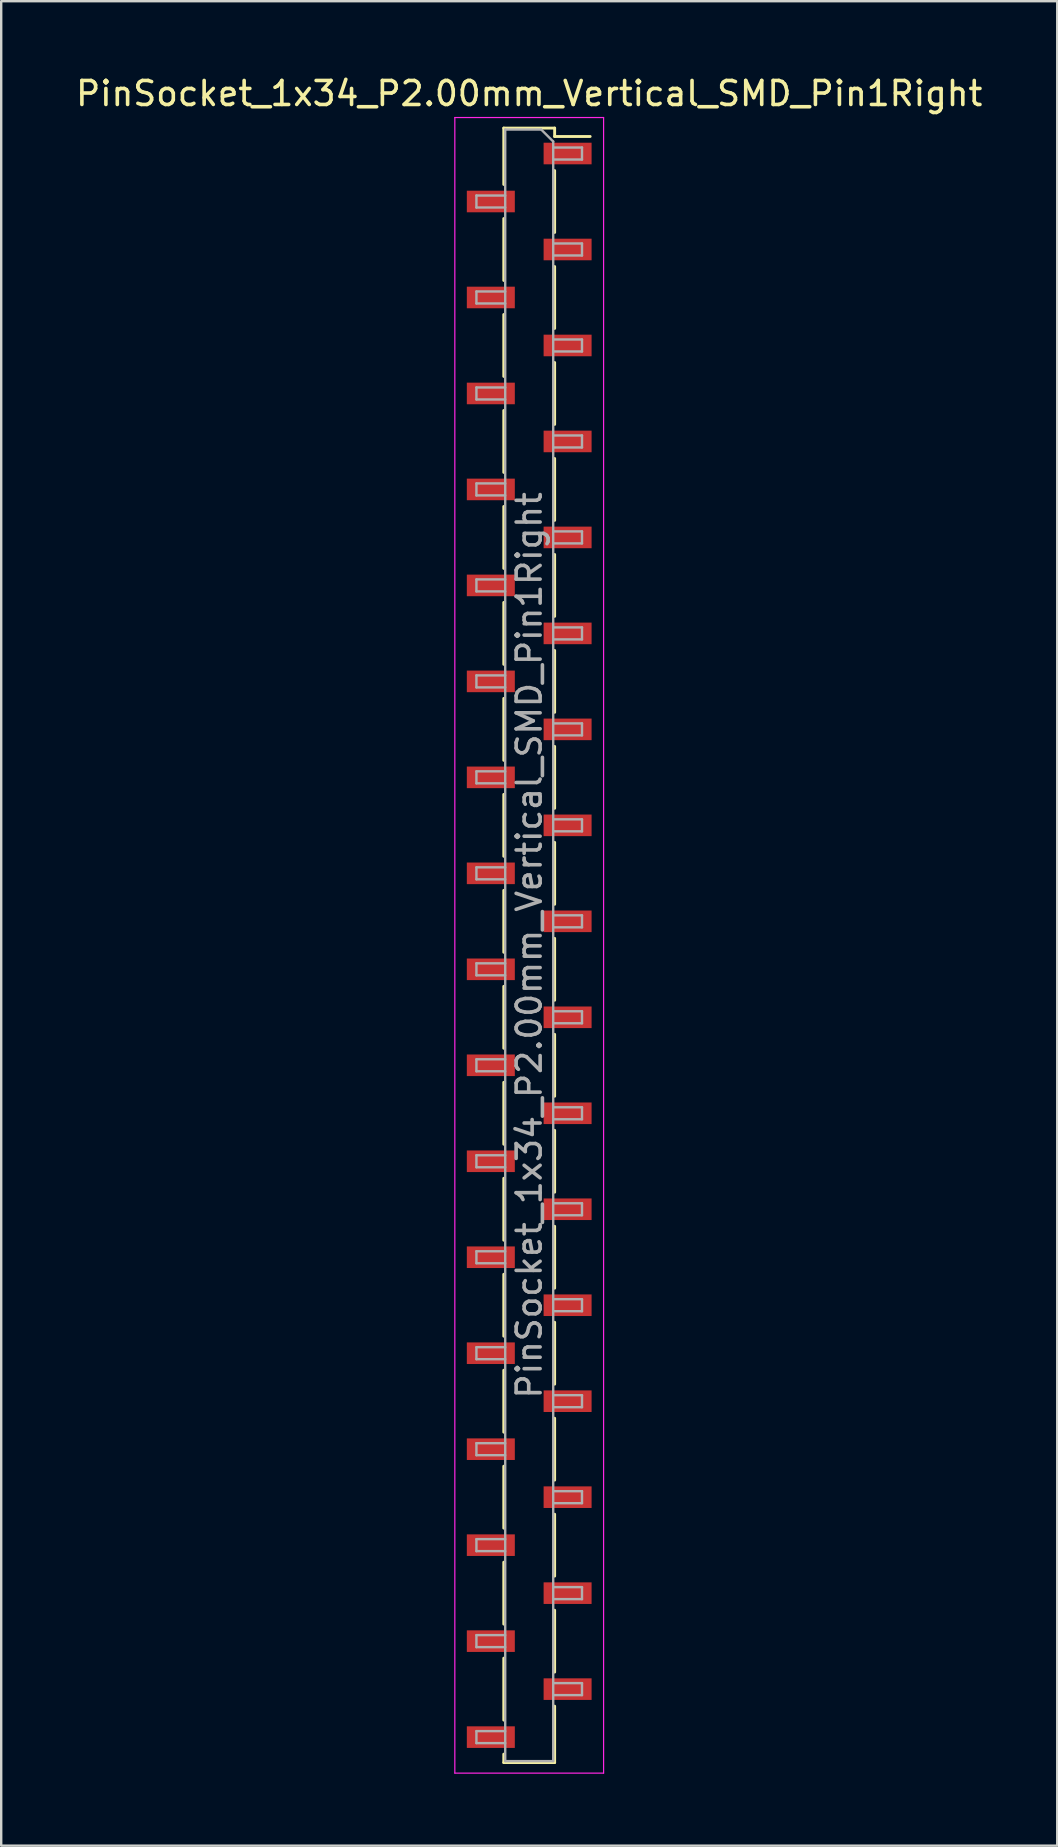
<source format=kicad_pcb>
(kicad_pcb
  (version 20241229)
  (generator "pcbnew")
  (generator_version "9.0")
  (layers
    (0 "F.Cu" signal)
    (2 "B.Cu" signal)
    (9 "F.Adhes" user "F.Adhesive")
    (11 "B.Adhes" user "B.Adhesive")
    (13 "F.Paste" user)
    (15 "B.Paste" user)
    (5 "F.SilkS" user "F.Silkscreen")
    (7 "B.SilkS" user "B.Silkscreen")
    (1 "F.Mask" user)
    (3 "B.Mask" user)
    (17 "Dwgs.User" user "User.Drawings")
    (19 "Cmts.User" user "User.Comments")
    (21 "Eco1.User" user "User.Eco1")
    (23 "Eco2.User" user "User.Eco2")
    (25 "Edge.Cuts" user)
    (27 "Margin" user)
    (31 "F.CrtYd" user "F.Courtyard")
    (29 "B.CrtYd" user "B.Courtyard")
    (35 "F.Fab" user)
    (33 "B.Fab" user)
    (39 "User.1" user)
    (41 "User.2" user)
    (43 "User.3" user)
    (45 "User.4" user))
  (footprint "PinSocket_1x34_P2.00mm_Vertical_SMD_Pin1Right"
    (layer "F.Cu")
    (at 19.006 36.348)
    (property "Reference" "PinSocket_1x34_P2.00mm_Vertical_SMD_Pin1Right" (at 0 -35.5 0) (layer "F.SilkS") (effects (font (size 1 1) (thickness 0.15))))
    (attr smd)
    (fp_line (start -1.06 -34.06) (end -1.06 -31.71) (stroke (width 0.12) (type solid)) (layer "F.SilkS"))
    (fp_line (start -1.06 -34.06) (end 1.06 -34.06) (stroke (width 0.12) (type solid)) (layer "F.SilkS"))
    (fp_line (start -1.06 -30.29) (end -1.06 -27.71) (stroke (width 0.12) (type solid)) (layer "F.SilkS"))
    (fp_line (start -1.06 -26.29) (end -1.06 -23.71) (stroke (width 0.12) (type solid)) (layer "F.SilkS"))
    (fp_line (start -1.06 -22.29) (end -1.06 -19.71) (stroke (width 0.12) (type solid)) (layer "F.SilkS"))
    (fp_line (start -1.06 -18.29) (end -1.06 -15.71) (stroke (width 0.12) (type solid)) (layer "F.SilkS"))
    (fp_line (start -1.06 -14.29) (end -1.06 -11.71) (stroke (width 0.12) (type solid)) (layer "F.SilkS"))
    (fp_line (start -1.06 -10.29) (end -1.06 -7.71) (stroke (width 0.12) (type solid)) (layer "F.SilkS"))
    (fp_line (start -1.06 -6.29) (end -1.06 -3.71) (stroke (width 0.12) (type solid)) (layer "F.SilkS"))
    (fp_line (start -1.06 -2.29) (end -1.06 0.29) (stroke (width 0.12) (type solid)) (layer "F.SilkS"))
    (fp_line (start -1.06 1.71) (end -1.06 4.29) (stroke (width 0.12) (type solid)) (layer "F.SilkS"))
    (fp_line (start -1.06 5.71) (end -1.06 8.29) (stroke (width 0.12) (type solid)) (layer "F.SilkS"))
    (fp_line (start -1.06 9.71) (end -1.06 12.29) (stroke (width 0.12) (type solid)) (layer "F.SilkS"))
    (fp_line (start -1.06 13.71) (end -1.06 16.29) (stroke (width 0.12) (type solid)) (layer "F.SilkS"))
    (fp_line (start -1.06 17.71) (end -1.06 20.29) (stroke (width 0.12) (type solid)) (layer "F.SilkS"))
    (fp_line (start -1.06 21.71) (end -1.06 24.29) (stroke (width 0.12) (type solid)) (layer "F.SilkS"))
    (fp_line (start -1.06 25.71) (end -1.06 28.29) (stroke (width 0.12) (type solid)) (layer "F.SilkS"))
    (fp_line (start -1.06 29.71) (end -1.06 32.29) (stroke (width 0.12) (type solid)) (layer "F.SilkS"))
    (fp_line (start -1.06 33.71) (end -1.06 34.06) (stroke (width 0.12) (type solid)) (layer "F.SilkS"))
    (fp_line (start -1.06 34.06) (end 1.06 34.06) (stroke (width 0.12) (type solid)) (layer "F.SilkS"))
    (fp_line (start 1.06 -34.06) (end 1.06 -33.71) (stroke (width 0.12) (type solid)) (layer "F.SilkS"))
    (fp_line (start 1.06 -33.71) (end 2.54 -33.71) (stroke (width 0.12) (type solid)) (layer "F.SilkS"))
    (fp_line (start 1.06 -32.29) (end 1.06 -29.71) (stroke (width 0.12) (type solid)) (layer "F.SilkS"))
    (fp_line (start 1.06 -28.29) (end 1.06 -25.71) (stroke (width 0.12) (type solid)) (layer "F.SilkS"))
    (fp_line (start 1.06 -24.29) (end 1.06 -21.71) (stroke (width 0.12) (type solid)) (layer "F.SilkS"))
    (fp_line (start 1.06 -20.29) (end 1.06 -17.71) (stroke (width 0.12) (type solid)) (layer "F.SilkS"))
    (fp_line (start 1.06 -16.29) (end 1.06 -13.71) (stroke (width 0.12) (type solid)) (layer "F.SilkS"))
    (fp_line (start 1.06 -12.29) (end 1.06 -9.71) (stroke (width 0.12) (type solid)) (layer "F.SilkS"))
    (fp_line (start 1.06 -8.29) (end 1.06 -5.71) (stroke (width 0.12) (type solid)) (layer "F.SilkS"))
    (fp_line (start 1.06 -4.29) (end 1.06 -1.71) (stroke (width 0.12) (type solid)) (layer "F.SilkS"))
    (fp_line (start 1.06 -0.29) (end 1.06 2.29) (stroke (width 0.12) (type solid)) (layer "F.SilkS"))
    (fp_line (start 1.06 3.71) (end 1.06 6.29) (stroke (width 0.12) (type solid)) (layer "F.SilkS"))
    (fp_line (start 1.06 7.71) (end 1.06 10.29) (stroke (width 0.12) (type solid)) (layer "F.SilkS"))
    (fp_line (start 1.06 11.71) (end 1.06 14.29) (stroke (width 0.12) (type solid)) (layer "F.SilkS"))
    (fp_line (start 1.06 15.71) (end 1.06 18.29) (stroke (width 0.12) (type solid)) (layer "F.SilkS"))
    (fp_line (start 1.06 19.71) (end 1.06 22.29) (stroke (width 0.12) (type solid)) (layer "F.SilkS"))
    (fp_line (start 1.06 23.71) (end 1.06 26.29) (stroke (width 0.12) (type solid)) (layer "F.SilkS"))
    (fp_line (start 1.06 27.71) (end 1.06 30.29) (stroke (width 0.12) (type solid)) (layer "F.SilkS"))
    (fp_line (start 1.06 31.71) (end 1.06 34.06) (stroke (width 0.12) (type solid)) (layer "F.SilkS"))
    (fp_line (start -3.1 -34.5) (end 3.1 -34.5) (stroke (width 0.05) (type solid)) (layer "F.CrtYd"))
    (fp_line (start -3.1 34.5) (end -3.1 -34.5) (stroke (width 0.05) (type solid)) (layer "F.CrtYd"))
    (fp_line (start 3.1 -34.5) (end 3.1 34.5) (stroke (width 0.05) (type solid)) (layer "F.CrtYd"))
    (fp_line (start 3.1 34.5) (end -3.1 34.5) (stroke (width 0.05) (type solid)) (layer "F.CrtYd"))
    (fp_line (start -2.2 -31.25) (end -1 -31.25) (stroke (width 0.1) (type solid)) (layer "F.Fab"))
    (fp_line (start -2.2 -30.75) (end -2.2 -31.25) (stroke (width 0.1) (type solid)) (layer "F.Fab"))
    (fp_line (start -2.2 -27.25) (end -1 -27.25) (stroke (width 0.1) (type solid)) (layer "F.Fab"))
    (fp_line (start -2.2 -26.75) (end -2.2 -27.25) (stroke (width 0.1) (type solid)) (layer "F.Fab"))
    (fp_line (start -2.2 -23.25) (end -1 -23.25) (stroke (width 0.1) (type solid)) (layer "F.Fab"))
    (fp_line (start -2.2 -22.75) (end -2.2 -23.25) (stroke (width 0.1) (type solid)) (layer "F.Fab"))
    (fp_line (start -2.2 -19.25) (end -1 -19.25) (stroke (width 0.1) (type solid)) (layer "F.Fab"))
    (fp_line (start -2.2 -18.75) (end -2.2 -19.25) (stroke (width 0.1) (type solid)) (layer "F.Fab"))
    (fp_line (start -2.2 -15.25) (end -1 -15.25) (stroke (width 0.1) (type solid)) (layer "F.Fab"))
    (fp_line (start -2.2 -14.75) (end -2.2 -15.25) (stroke (width 0.1) (type solid)) (layer "F.Fab"))
    (fp_line (start -2.2 -11.25) (end -1 -11.25) (stroke (width 0.1) (type solid)) (layer "F.Fab"))
    (fp_line (start -2.2 -10.75) (end -2.2 -11.25) (stroke (width 0.1) (type solid)) (layer "F.Fab"))
    (fp_line (start -2.2 -7.25) (end -1 -7.25) (stroke (width 0.1) (type solid)) (layer "F.Fab"))
    (fp_line (start -2.2 -6.75) (end -2.2 -7.25) (stroke (width 0.1) (type solid)) (layer "F.Fab"))
    (fp_line (start -2.2 -3.25) (end -1 -3.25) (stroke (width 0.1) (type solid)) (layer "F.Fab"))
    (fp_line (start -2.2 -2.75) (end -2.2 -3.25) (stroke (width 0.1) (type solid)) (layer "F.Fab"))
    (fp_line (start -2.2 0.75) (end -1 0.75) (stroke (width 0.1) (type solid)) (layer "F.Fab"))
    (fp_line (start -2.2 1.25) (end -2.2 0.75) (stroke (width 0.1) (type solid)) (layer "F.Fab"))
    (fp_line (start -2.2 4.75) (end -1 4.75) (stroke (width 0.1) (type solid)) (layer "F.Fab"))
    (fp_line (start -2.2 5.25) (end -2.2 4.75) (stroke (width 0.1) (type solid)) (layer "F.Fab"))
    (fp_line (start -2.2 8.75) (end -1 8.75) (stroke (width 0.1) (type solid)) (layer "F.Fab"))
    (fp_line (start -2.2 9.25) (end -2.2 8.75) (stroke (width 0.1) (type solid)) (layer "F.Fab"))
    (fp_line (start -2.2 12.75) (end -1 12.75) (stroke (width 0.1) (type solid)) (layer "F.Fab"))
    (fp_line (start -2.2 13.25) (end -2.2 12.75) (stroke (width 0.1) (type solid)) (layer "F.Fab"))
    (fp_line (start -2.2 16.75) (end -1 16.75) (stroke (width 0.1) (type solid)) (layer "F.Fab"))
    (fp_line (start -2.2 17.25) (end -2.2 16.75) (stroke (width 0.1) (type solid)) (layer "F.Fab"))
    (fp_line (start -2.2 20.75) (end -1 20.75) (stroke (width 0.1) (type solid)) (layer "F.Fab"))
    (fp_line (start -2.2 21.25) (end -2.2 20.75) (stroke (width 0.1) (type solid)) (layer "F.Fab"))
    (fp_line (start -2.2 24.75) (end -1 24.75) (stroke (width 0.1) (type solid)) (layer "F.Fab"))
    (fp_line (start -2.2 25.25) (end -2.2 24.75) (stroke (width 0.1) (type solid)) (layer "F.Fab"))
    (fp_line (start -2.2 28.75) (end -1 28.75) (stroke (width 0.1) (type solid)) (layer "F.Fab"))
    (fp_line (start -2.2 29.25) (end -2.2 28.75) (stroke (width 0.1) (type solid)) (layer "F.Fab"))
    (fp_line (start -2.2 32.75) (end -1 32.75) (stroke (width 0.1) (type solid)) (layer "F.Fab"))
    (fp_line (start -2.2 33.25) (end -2.2 32.75) (stroke (width 0.1) (type solid)) (layer "F.Fab"))
    (fp_line (start -1 -34) (end 0.5 -34) (stroke (width 0.1) (type solid)) (layer "F.Fab"))
    (fp_line (start -1 -30.75) (end -2.2 -30.75) (stroke (width 0.1) (type solid)) (layer "F.Fab"))
    (fp_line (start -1 -26.75) (end -2.2 -26.75) (stroke (width 0.1) (type solid)) (layer "F.Fab"))
    (fp_line (start -1 -22.75) (end -2.2 -22.75) (stroke (width 0.1) (type solid)) (layer "F.Fab"))
    (fp_line (start -1 -18.75) (end -2.2 -18.75) (stroke (width 0.1) (type solid)) (layer "F.Fab"))
    (fp_line (start -1 -14.75) (end -2.2 -14.75) (stroke (width 0.1) (type solid)) (layer "F.Fab"))
    (fp_line (start -1 -10.75) (end -2.2 -10.75) (stroke (width 0.1) (type solid)) (layer "F.Fab"))
    (fp_line (start -1 -6.75) (end -2.2 -6.75) (stroke (width 0.1) (type solid)) (layer "F.Fab"))
    (fp_line (start -1 -2.75) (end -2.2 -2.75) (stroke (width 0.1) (type solid)) (layer "F.Fab"))
    (fp_line (start -1 1.25) (end -2.2 1.25) (stroke (width 0.1) (type solid)) (layer "F.Fab"))
    (fp_line (start -1 5.25) (end -2.2 5.25) (stroke (width 0.1) (type solid)) (layer "F.Fab"))
    (fp_line (start -1 9.25) (end -2.2 9.25) (stroke (width 0.1) (type solid)) (layer "F.Fab"))
    (fp_line (start -1 13.25) (end -2.2 13.25) (stroke (width 0.1) (type solid)) (layer "F.Fab"))
    (fp_line (start -1 17.25) (end -2.2 17.25) (stroke (width 0.1) (type solid)) (layer "F.Fab"))
    (fp_line (start -1 21.25) (end -2.2 21.25) (stroke (width 0.1) (type solid)) (layer "F.Fab"))
    (fp_line (start -1 25.25) (end -2.2 25.25) (stroke (width 0.1) (type solid)) (layer "F.Fab"))
    (fp_line (start -1 29.25) (end -2.2 29.25) (stroke (width 0.1) (type solid)) (layer "F.Fab"))
    (fp_line (start -1 33.25) (end -2.2 33.25) (stroke (width 0.1) (type solid)) (layer "F.Fab"))
    (fp_line (start -1 34) (end -1 -34) (stroke (width 0.1) (type solid)) (layer "F.Fab"))
    (fp_line (start 0.5 -34) (end 1 -33.5) (stroke (width 0.1) (type solid)) (layer "F.Fab"))
    (fp_line (start 1 -33.5) (end 1 34) (stroke (width 0.1) (type solid)) (layer "F.Fab"))
    (fp_line (start 1 -33.25) (end 2.2 -33.25) (stroke (width 0.1) (type solid)) (layer "F.Fab"))
    (fp_line (start 1 -29.25) (end 2.2 -29.25) (stroke (width 0.1) (type solid)) (layer "F.Fab"))
    (fp_line (start 1 -25.25) (end 2.2 -25.25) (stroke (width 0.1) (type solid)) (layer "F.Fab"))
    (fp_line (start 1 -21.25) (end 2.2 -21.25) (stroke (width 0.1) (type solid)) (layer "F.Fab"))
    (fp_line (start 1 -17.25) (end 2.2 -17.25) (stroke (width 0.1) (type solid)) (layer "F.Fab"))
    (fp_line (start 1 -13.25) (end 2.2 -13.25) (stroke (width 0.1) (type solid)) (layer "F.Fab"))
    (fp_line (start 1 -9.25) (end 2.2 -9.25) (stroke (width 0.1) (type solid)) (layer "F.Fab"))
    (fp_line (start 1 -5.25) (end 2.2 -5.25) (stroke (width 0.1) (type solid)) (layer "F.Fab"))
    (fp_line (start 1 -1.25) (end 2.2 -1.25) (stroke (width 0.1) (type solid)) (layer "F.Fab"))
    (fp_line (start 1 2.75) (end 2.2 2.75) (stroke (width 0.1) (type solid)) (layer "F.Fab"))
    (fp_line (start 1 6.75) (end 2.2 6.75) (stroke (width 0.1) (type solid)) (layer "F.Fab"))
    (fp_line (start 1 10.75) (end 2.2 10.75) (stroke (width 0.1) (type solid)) (layer "F.Fab"))
    (fp_line (start 1 14.75) (end 2.2 14.75) (stroke (width 0.1) (type solid)) (layer "F.Fab"))
    (fp_line (start 1 18.75) (end 2.2 18.75) (stroke (width 0.1) (type solid)) (layer "F.Fab"))
    (fp_line (start 1 22.75) (end 2.2 22.75) (stroke (width 0.1) (type solid)) (layer "F.Fab"))
    (fp_line (start 1 26.75) (end 2.2 26.75) (stroke (width 0.1) (type solid)) (layer "F.Fab"))
    (fp_line (start 1 30.75) (end 2.2 30.75) (stroke (width 0.1) (type solid)) (layer "F.Fab"))
    (fp_line (start 1 34) (end -1 34) (stroke (width 0.1) (type solid)) (layer "F.Fab"))
    (fp_line (start 2.2 -33.25) (end 2.2 -32.75) (stroke (width 0.1) (type solid)) (layer "F.Fab"))
    (fp_line (start 2.2 -32.75) (end 1 -32.75) (stroke (width 0.1) (type solid)) (layer "F.Fab"))
    (fp_line (start 2.2 -29.25) (end 2.2 -28.75) (stroke (width 0.1) (type solid)) (layer "F.Fab"))
    (fp_line (start 2.2 -28.75) (end 1 -28.75) (stroke (width 0.1) (type solid)) (layer "F.Fab"))
    (fp_line (start 2.2 -25.25) (end 2.2 -24.75) (stroke (width 0.1) (type solid)) (layer "F.Fab"))
    (fp_line (start 2.2 -24.75) (end 1 -24.75) (stroke (width 0.1) (type solid)) (layer "F.Fab"))
    (fp_line (start 2.2 -21.25) (end 2.2 -20.75) (stroke (width 0.1) (type solid)) (layer "F.Fab"))
    (fp_line (start 2.2 -20.75) (end 1 -20.75) (stroke (width 0.1) (type solid)) (layer "F.Fab"))
    (fp_line (start 2.2 -17.25) (end 2.2 -16.75) (stroke (width 0.1) (type solid)) (layer "F.Fab"))
    (fp_line (start 2.2 -16.75) (end 1 -16.75) (stroke (width 0.1) (type solid)) (layer "F.Fab"))
    (fp_line (start 2.2 -13.25) (end 2.2 -12.75) (stroke (width 0.1) (type solid)) (layer "F.Fab"))
    (fp_line (start 2.2 -12.75) (end 1 -12.75) (stroke (width 0.1) (type solid)) (layer "F.Fab"))
    (fp_line (start 2.2 -9.25) (end 2.2 -8.75) (stroke (width 0.1) (type solid)) (layer "F.Fab"))
    (fp_line (start 2.2 -8.75) (end 1 -8.75) (stroke (width 0.1) (type solid)) (layer "F.Fab"))
    (fp_line (start 2.2 -5.25) (end 2.2 -4.75) (stroke (width 0.1) (type solid)) (layer "F.Fab"))
    (fp_line (start 2.2 -4.75) (end 1 -4.75) (stroke (width 0.1) (type solid)) (layer "F.Fab"))
    (fp_line (start 2.2 -1.25) (end 2.2 -0.75) (stroke (width 0.1) (type solid)) (layer "F.Fab"))
    (fp_line (start 2.2 -0.75) (end 1 -0.75) (stroke (width 0.1) (type solid)) (layer "F.Fab"))
    (fp_line (start 2.2 2.75) (end 2.2 3.25) (stroke (width 0.1) (type solid)) (layer "F.Fab"))
    (fp_line (start 2.2 3.25) (end 1 3.25) (stroke (width 0.1) (type solid)) (layer "F.Fab"))
    (fp_line (start 2.2 6.75) (end 2.2 7.25) (stroke (width 0.1) (type solid)) (layer "F.Fab"))
    (fp_line (start 2.2 7.25) (end 1 7.25) (stroke (width 0.1) (type solid)) (layer "F.Fab"))
    (fp_line (start 2.2 10.75) (end 2.2 11.25) (stroke (width 0.1) (type solid)) (layer "F.Fab"))
    (fp_line (start 2.2 11.25) (end 1 11.25) (stroke (width 0.1) (type solid)) (layer "F.Fab"))
    (fp_line (start 2.2 14.75) (end 2.2 15.25) (stroke (width 0.1) (type solid)) (layer "F.Fab"))
    (fp_line (start 2.2 15.25) (end 1 15.25) (stroke (width 0.1) (type solid)) (layer "F.Fab"))
    (fp_line (start 2.2 18.75) (end 2.2 19.25) (stroke (width 0.1) (type solid)) (layer "F.Fab"))
    (fp_line (start 2.2 19.25) (end 1 19.25) (stroke (width 0.1) (type solid)) (layer "F.Fab"))
    (fp_line (start 2.2 22.75) (end 2.2 23.25) (stroke (width 0.1) (type solid)) (layer "F.Fab"))
    (fp_line (start 2.2 23.25) (end 1 23.25) (stroke (width 0.1) (type solid)) (layer "F.Fab"))
    (fp_line (start 2.2 26.75) (end 2.2 27.25) (stroke (width 0.1) (type solid)) (layer "F.Fab"))
    (fp_line (start 2.2 27.25) (end 1 27.25) (stroke (width 0.1) (type solid)) (layer "F.Fab"))
    (fp_line (start 2.2 30.75) (end 2.2 31.25) (stroke (width 0.1) (type solid)) (layer "F.Fab"))
    (fp_line (start 2.2 31.25) (end 1 31.25) (stroke (width 0.1) (type solid)) (layer "F.Fab"))
    (fp_text user "${REFERENCE}" (at 0 0 90) (layer "F.Fab") (effects (font (size 1 1) (thickness 0.15))))
    (pad "1" smd rect (at 1.6 -33) (size 2 0.9) (layers "F.Cu" "F.Mask" "F.Paste"))
    (pad "2" smd rect (at -1.6 -31) (size 2 0.9) (layers "F.Cu" "F.Mask" "F.Paste"))
    (pad "3" smd rect (at 1.6 -29) (size 2 0.9) (layers "F.Cu" "F.Mask" "F.Paste"))
    (pad "4" smd rect (at -1.6 -27) (size 2 0.9) (layers "F.Cu" "F.Mask" "F.Paste"))
    (pad "5" smd rect (at 1.6 -25) (size 2 0.9) (layers "F.Cu" "F.Mask" "F.Paste"))
    (pad "6" smd rect (at -1.6 -23) (size 2 0.9) (layers "F.Cu" "F.Mask" "F.Paste"))
    (pad "7" smd rect (at 1.6 -21) (size 2 0.9) (layers "F.Cu" "F.Mask" "F.Paste"))
    (pad "8" smd rect (at -1.6 -19) (size 2 0.9) (layers "F.Cu" "F.Mask" "F.Paste"))
    (pad "9" smd rect (at 1.6 -17) (size 2 0.9) (layers "F.Cu" "F.Mask" "F.Paste"))
    (pad "10" smd rect (at -1.6 -15) (size 2 0.9) (layers "F.Cu" "F.Mask" "F.Paste"))
    (pad "11" smd rect (at 1.6 -13) (size 2 0.9) (layers "F.Cu" "F.Mask" "F.Paste"))
    (pad "12" smd rect (at -1.6 -11) (size 2 0.9) (layers "F.Cu" "F.Mask" "F.Paste"))
    (pad "13" smd rect (at 1.6 -9) (size 2 0.9) (layers "F.Cu" "F.Mask" "F.Paste"))
    (pad "14" smd rect (at -1.6 -7) (size 2 0.9) (layers "F.Cu" "F.Mask" "F.Paste"))
    (pad "15" smd rect (at 1.6 -5) (size 2 0.9) (layers "F.Cu" "F.Mask" "F.Paste"))
    (pad "16" smd rect (at -1.6 -3) (size 2 0.9) (layers "F.Cu" "F.Mask" "F.Paste"))
    (pad "17" smd rect (at 1.6 -1) (size 2 0.9) (layers "F.Cu" "F.Mask" "F.Paste"))
    (pad "18" smd rect (at -1.6 1) (size 2 0.9) (layers "F.Cu" "F.Mask" "F.Paste"))
    (pad "19" smd rect (at 1.6 3) (size 2 0.9) (layers "F.Cu" "F.Mask" "F.Paste"))
    (pad "20" smd rect (at -1.6 5) (size 2 0.9) (layers "F.Cu" "F.Mask" "F.Paste"))
    (pad "21" smd rect (at 1.6 7) (size 2 0.9) (layers "F.Cu" "F.Mask" "F.Paste"))
    (pad "22" smd rect (at -1.6 9) (size 2 0.9) (layers "F.Cu" "F.Mask" "F.Paste"))
    (pad "23" smd rect (at 1.6 11) (size 2 0.9) (layers "F.Cu" "F.Mask" "F.Paste"))
    (pad "24" smd rect (at -1.6 13) (size 2 0.9) (layers "F.Cu" "F.Mask" "F.Paste"))
    (pad "25" smd rect (at 1.6 15) (size 2 0.9) (layers "F.Cu" "F.Mask" "F.Paste"))
    (pad "26" smd rect (at -1.6 17) (size 2 0.9) (layers "F.Cu" "F.Mask" "F.Paste"))
    (pad "27" smd rect (at 1.6 19) (size 2 0.9) (layers "F.Cu" "F.Mask" "F.Paste"))
    (pad "28" smd rect (at -1.6 21) (size 2 0.9) (layers "F.Cu" "F.Mask" "F.Paste"))
    (pad "29" smd rect (at 1.6 23) (size 2 0.9) (layers "F.Cu" "F.Mask" "F.Paste"))
    (pad "30" smd rect (at -1.6 25) (size 2 0.9) (layers "F.Cu" "F.Mask" "F.Paste"))
    (pad "31" smd rect (at 1.6 27) (size 2 0.9) (layers "F.Cu" "F.Mask" "F.Paste"))
    (pad "32" smd rect (at -1.6 29) (size 2 0.9) (layers "F.Cu" "F.Mask" "F.Paste"))
    (pad "33" smd rect (at 1.6 31) (size 2 0.9) (layers "F.Cu" "F.Mask" "F.Paste"))
    (pad "34" smd rect (at -1.6 33) (size 2 0.9) (layers "F.Cu" "F.Mask" "F.Paste")))
  (gr_rect
    (start -3 -3)
    (end 41.012 73.873)
    (stroke (width 0.1) (type default))
    (fill no)
    (layer "Edge.Cuts")))
</source>
